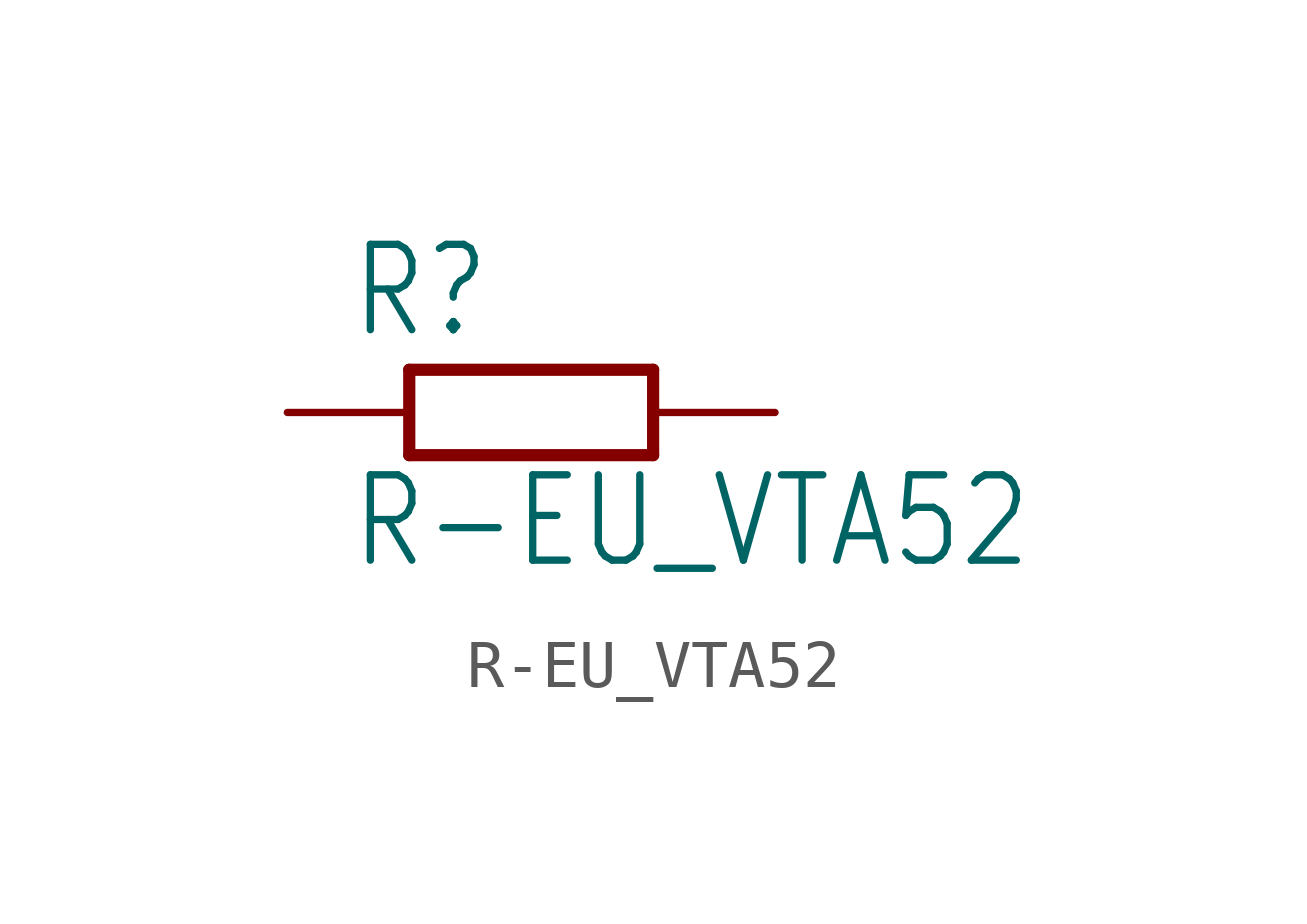
<source format=kicad_sym>
(kicad_symbol_lib
  (version 20220331)
  (generator kicad_symbol_editor)
  (symbol "R-EU_VTA52"
    (property "Reference" "R"
      (at -3.81 1.499 0)
      (effects (font (size 1.778 1.511)) (justify left bottom)))
    (property "Value" "R-EU_VTA52"
      (at -3.81 -3.302 0)
      (effects (font (size 1.778 1.511)) (justify left bottom)))
    (property "ki_locked" ""
      (at 0 0 0)
      (effects (font (size 1.27 1.27))))
    (symbol "R-EU_VTA52_1_0"
      (polyline (pts (xy -2.54 -0.889) (xy -2.54 0.889)) (stroke (width 0.254) (type solid)) (fill (type none)))
      (polyline (pts (xy -2.54 -0.889) (xy 2.54 -0.889)) (stroke (width 0.254) (type solid)) (fill (type none)))
      (polyline (pts (xy 2.54 -0.889) (xy 2.54 0.889)) (stroke (width 0.254) (type solid)) (fill (type none)))
      (polyline (pts (xy 2.54 0.889) (xy -2.54 0.889)) (stroke (width 0.254) (type solid)) (fill (type none)))
      (pin passive line (at -5.08 0 0) (length 2.54) (name "1" (effects (font (size 0 0)))) (number "1" (effects (font (size 0 0)))))
      (pin passive line (at 5.08 0 180) (length 2.54) (name "2" (effects (font (size 0 0)))) (number "2" (effects (font (size 0 0))))))))
</source>
